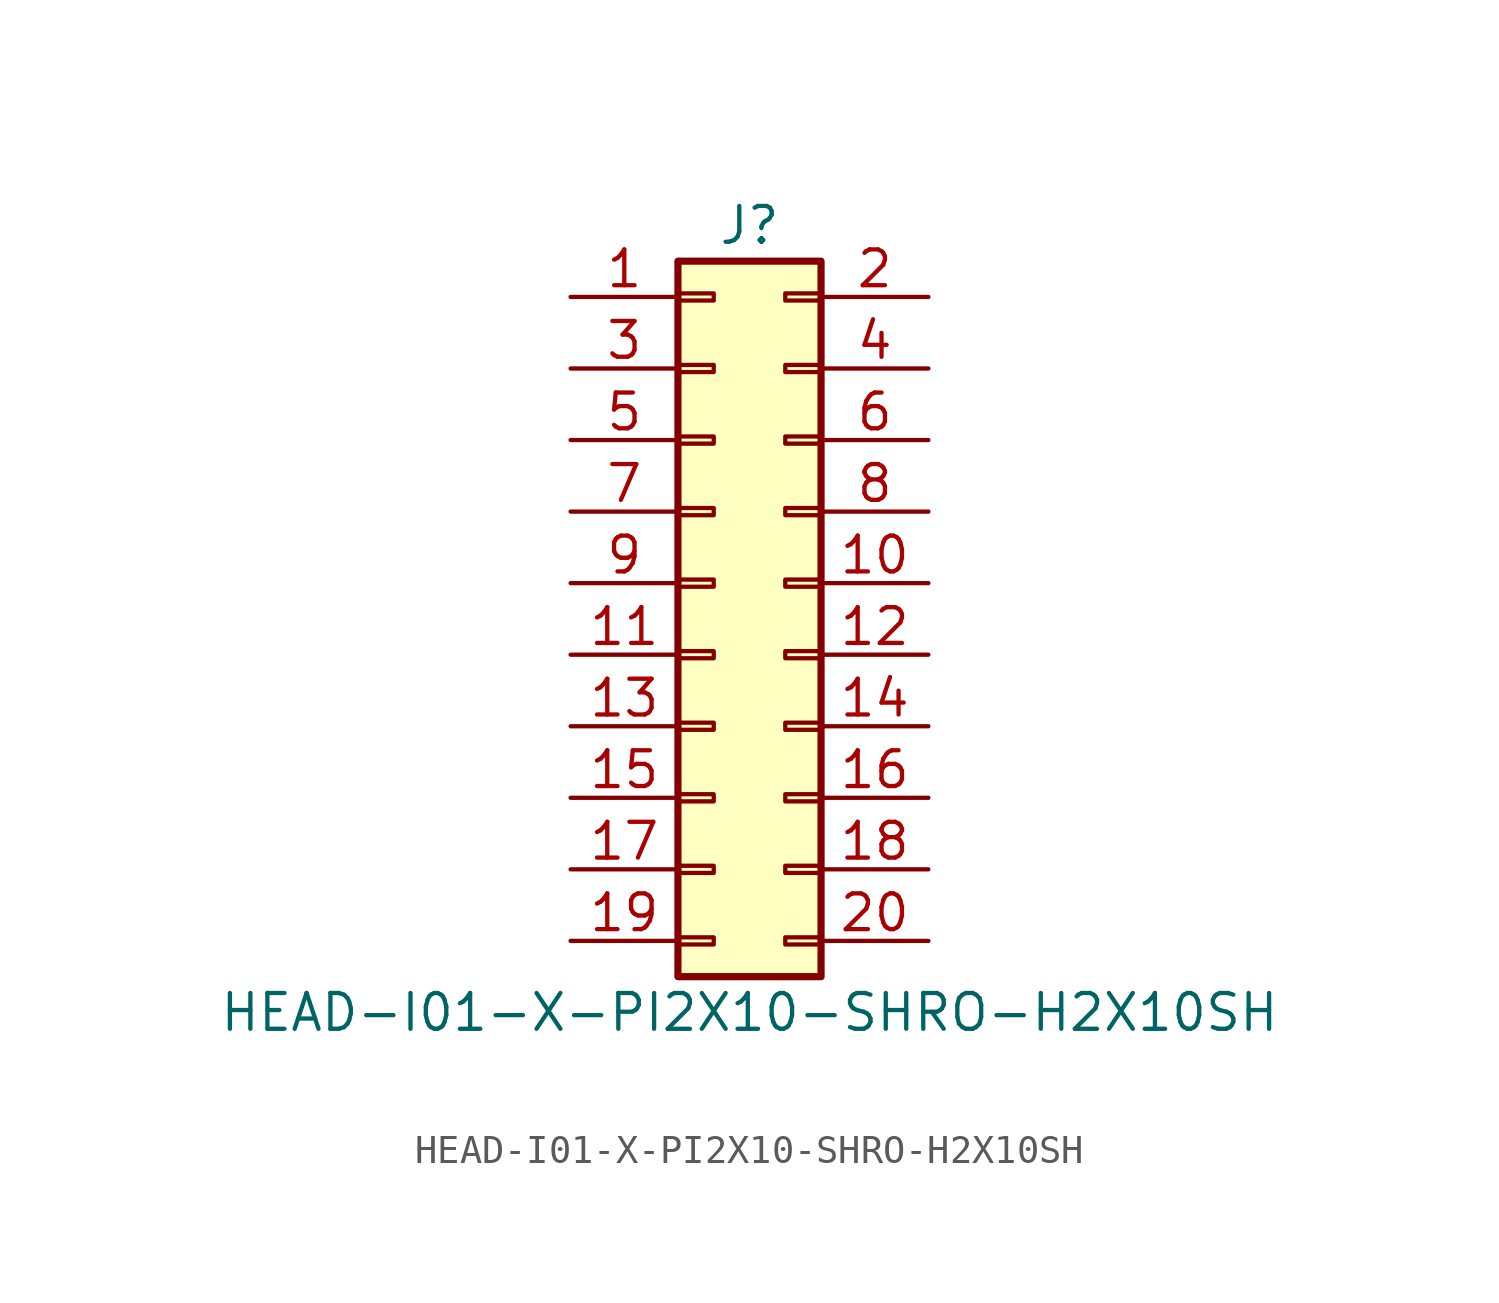
<source format=kicad_sym>
(kicad_symbol_lib
  (version 20211014)
  (generator kicad_symbol_editor)
  (symbol "HEAD-I01-X-PI2X10-SHRO-H2X10SH"
    (pin_names
      (offset 1.016) hide)
    (property "Reference" "J"
      (at 1.27 12.7 0)
      (effects (font (size 1.27 1.27))))
    (property "Value" "HEAD-I01-X-PI2X10-SHRO-H2X10SH"
      (at 1.27 -15.24 0)
      (effects (font (size 1.27 1.27))))
    (symbol "HEAD-I01-X-PI2X10-SHRO-H2X10SH_1_1"
      (rectangle (start -1.27 -12.573) (end 0 -12.827) (stroke (width 0.152) (type default) (color 0 0 0 0)) (fill (type none)))
      (rectangle (start -1.27 -10.033) (end 0 -10.287) (stroke (width 0.152) (type default) (color 0 0 0 0)) (fill (type none)))
      (rectangle (start -1.27 -7.493) (end 0 -7.747) (stroke (width 0.152) (type default) (color 0 0 0 0)) (fill (type none)))
      (rectangle (start -1.27 -4.953) (end 0 -5.207) (stroke (width 0.152) (type default) (color 0 0 0 0)) (fill (type none)))
      (rectangle (start -1.27 -2.413) (end 0 -2.667) (stroke (width 0.152) (type default) (color 0 0 0 0)) (fill (type none)))
      (rectangle (start -1.27 0.127) (end 0 -0.127) (stroke (width 0.152) (type default) (color 0 0 0 0)) (fill (type none)))
      (rectangle (start -1.27 2.667) (end 0 2.413) (stroke (width 0.152) (type default) (color 0 0 0 0)) (fill (type none)))
      (rectangle (start -1.27 5.207) (end 0 4.953) (stroke (width 0.152) (type default) (color 0 0 0 0)) (fill (type none)))
      (rectangle (start -1.27 7.747) (end 0 7.493) (stroke (width 0.152) (type default) (color 0 0 0 0)) (fill (type none)))
      (rectangle (start -1.27 10.287) (end 0 10.033) (stroke (width 0.152) (type default) (color 0 0 0 0)) (fill (type none)))
      (rectangle (start -1.27 11.43) (end 3.81 -13.97) (stroke (width 0.254) (type default) (color 0 0 0 0)) (fill (type background)))
      (rectangle (start 3.81 -12.573) (end 2.54 -12.827) (stroke (width 0.152) (type default) (color 0 0 0 0)) (fill (type none)))
      (rectangle (start 3.81 -10.033) (end 2.54 -10.287) (stroke (width 0.152) (type default) (color 0 0 0 0)) (fill (type none)))
      (rectangle (start 3.81 -7.493) (end 2.54 -7.747) (stroke (width 0.152) (type default) (color 0 0 0 0)) (fill (type none)))
      (rectangle (start 3.81 -4.953) (end 2.54 -5.207) (stroke (width 0.152) (type default) (color 0 0 0 0)) (fill (type none)))
      (rectangle (start 3.81 -2.413) (end 2.54 -2.667) (stroke (width 0.152) (type default) (color 0 0 0 0)) (fill (type none)))
      (rectangle (start 3.81 0.127) (end 2.54 -0.127) (stroke (width 0.152) (type default) (color 0 0 0 0)) (fill (type none)))
      (rectangle (start 3.81 2.667) (end 2.54 2.413) (stroke (width 0.152) (type default) (color 0 0 0 0)) (fill (type none)))
      (rectangle (start 3.81 5.207) (end 2.54 4.953) (stroke (width 0.152) (type default) (color 0 0 0 0)) (fill (type none)))
      (rectangle (start 3.81 7.747) (end 2.54 7.493) (stroke (width 0.152) (type default) (color 0 0 0 0)) (fill (type none)))
      (rectangle (start 3.81 10.287) (end 2.54 10.033) (stroke (width 0.152) (type default) (color 0 0 0 0)) (fill (type none)))
      (pin passive line (at -5.08 10.16 0) (length 3.81) (name "Pin_1" (effects (font (size 1.27 1.27)))) (number "1" (effects (font (size 1.27 1.27)))))
      (pin passive line (at 7.62 0 180) (length 3.81) (name "Pin_10" (effects (font (size 1.27 1.27)))) (number "10" (effects (font (size 1.27 1.27)))))
      (pin passive line (at -5.08 -2.54 0) (length 3.81) (name "Pin_11" (effects (font (size 1.27 1.27)))) (number "11" (effects (font (size 1.27 1.27)))))
      (pin passive line (at 7.62 -2.54 180) (length 3.81) (name "Pin_12" (effects (font (size 1.27 1.27)))) (number "12" (effects (font (size 1.27 1.27)))))
      (pin passive line (at -5.08 -5.08 0) (length 3.81) (name "Pin_13" (effects (font (size 1.27 1.27)))) (number "13" (effects (font (size 1.27 1.27)))))
      (pin passive line (at 7.62 -5.08 180) (length 3.81) (name "Pin_14" (effects (font (size 1.27 1.27)))) (number "14" (effects (font (size 1.27 1.27)))))
      (pin passive line (at -5.08 -7.62 0) (length 3.81) (name "Pin_15" (effects (font (size 1.27 1.27)))) (number "15" (effects (font (size 1.27 1.27)))))
      (pin passive line (at 7.62 -7.62 180) (length 3.81) (name "Pin_16" (effects (font (size 1.27 1.27)))) (number "16" (effects (font (size 1.27 1.27)))))
      (pin passive line (at -5.08 -10.16 0) (length 3.81) (name "Pin_17" (effects (font (size 1.27 1.27)))) (number "17" (effects (font (size 1.27 1.27)))))
      (pin passive line (at 7.62 -10.16 180) (length 3.81) (name "Pin_18" (effects (font (size 1.27 1.27)))) (number "18" (effects (font (size 1.27 1.27)))))
      (pin passive line (at -5.08 -12.7 0) (length 3.81) (name "Pin_19" (effects (font (size 1.27 1.27)))) (number "19" (effects (font (size 1.27 1.27)))))
      (pin passive line (at 7.62 10.16 180) (length 3.81) (name "Pin_2" (effects (font (size 1.27 1.27)))) (number "2" (effects (font (size 1.27 1.27)))))
      (pin passive line (at 7.62 -12.7 180) (length 3.81) (name "Pin_20" (effects (font (size 1.27 1.27)))) (number "20" (effects (font (size 1.27 1.27)))))
      (pin passive line (at -5.08 7.62 0) (length 3.81) (name "Pin_3" (effects (font (size 1.27 1.27)))) (number "3" (effects (font (size 1.27 1.27)))))
      (pin passive line (at 7.62 7.62 180) (length 3.81) (name "Pin_4" (effects (font (size 1.27 1.27)))) (number "4" (effects (font (size 1.27 1.27)))))
      (pin passive line (at -5.08 5.08 0) (length 3.81) (name "Pin_5" (effects (font (size 1.27 1.27)))) (number "5" (effects (font (size 1.27 1.27)))))
      (pin passive line (at 7.62 5.08 180) (length 3.81) (name "Pin_6" (effects (font (size 1.27 1.27)))) (number "6" (effects (font (size 1.27 1.27)))))
      (pin passive line (at -5.08 2.54 0) (length 3.81) (name "Pin_7" (effects (font (size 1.27 1.27)))) (number "7" (effects (font (size 1.27 1.27)))))
      (pin passive line (at 7.62 2.54 180) (length 3.81) (name "Pin_8" (effects (font (size 1.27 1.27)))) (number "8" (effects (font (size 1.27 1.27)))))
      (pin passive line (at -5.08 0 0) (length 3.81) (name "Pin_9" (effects (font (size 1.27 1.27)))) (number "9" (effects (font (size 1.27 1.27))))))))
</source>
